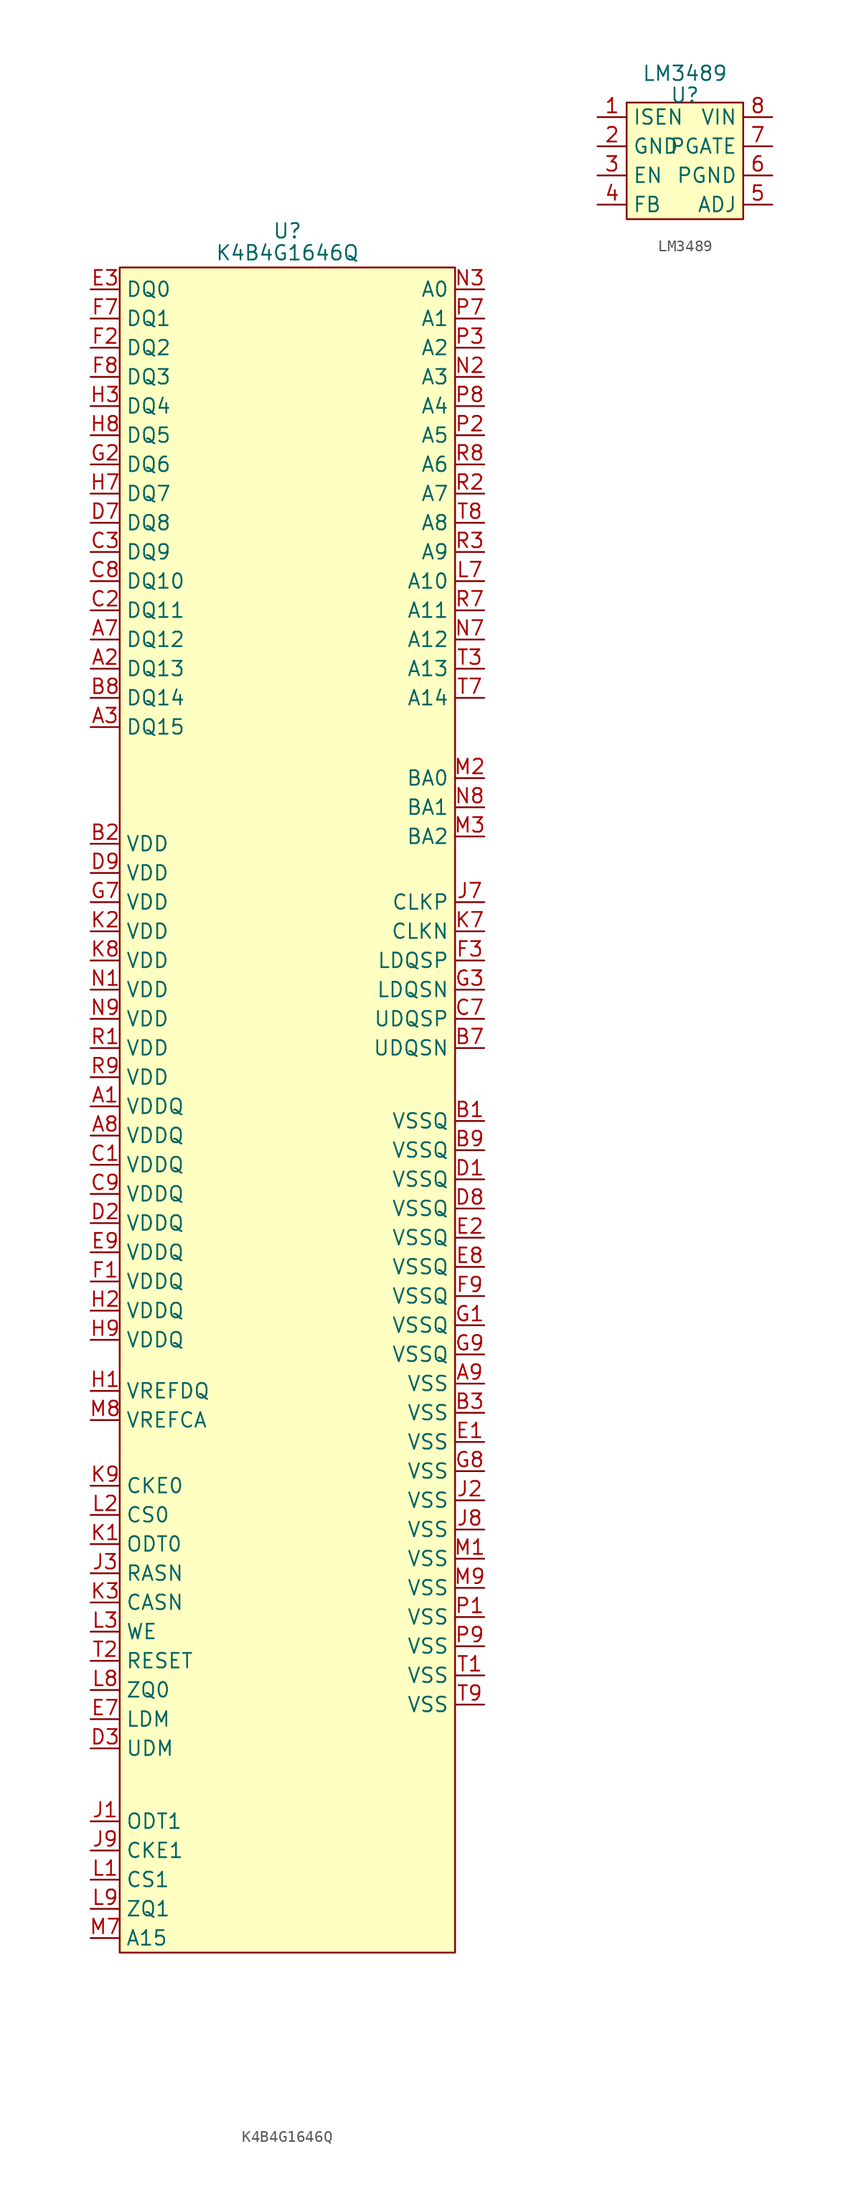
<source format=kicad_sym>
(kicad_symbol_lib
  (version 20220914)
  (generator kicad_symbol_editor)
  (symbol "K4B4G1646Q"
    (property "Reference" "U"
      (at 0 1.905 0)
      (effects (font (size 1.27 1.27))))
    (property "Value" "K4B4G1646Q"
      (at 0 0 0)
      (effects (font (size 1.27 1.27))))
    (property "Footprint" ""
      (at 0 1.27 0)
      (effects (font (size 1.27 1.27))))
    (property "Datasheet" ""
      (at 0 1.27 0)
      (effects (font (size 1.27 1.27))))
    (symbol "K4B4G1646Q_0_1"
      (rectangle (start -14.605 -1.27) (end 14.605 -147.955) (stroke (width 0) (type default)) (fill (type background))))
    (symbol "K4B4G1646Q_1_1"
      (pin passive line (at -17.145 -74.295 0) (length 2.54) (name "VDDQ" (effects (font (size 1.27 1.27)))) (number "A1" (effects (font (size 1.27 1.27)))))
      (pin bidirectional line (at -17.145 -36.195 0) (length 2.54) (name "DQ13" (effects (font (size 1.27 1.27)))) (number "A2" (effects (font (size 1.27 1.27)))))
      (pin bidirectional line (at -17.145 -41.275 0) (length 2.54) (name "DQ15" (effects (font (size 1.27 1.27)))) (number "A3" (effects (font (size 1.27 1.27)))))
      (pin bidirectional line (at -17.145 -33.655 0) (length 2.54) (name "DQ12" (effects (font (size 1.27 1.27)))) (number "A7" (effects (font (size 1.27 1.27)))))
      (pin passive line (at -17.145 -76.835 0) (length 2.54) (name "VDDQ" (effects (font (size 1.27 1.27)))) (number "A8" (effects (font (size 1.27 1.27)))))
      (pin passive line (at 17.145 -98.425 180) (length 2.54) (name "VSS" (effects (font (size 1.27 1.27)))) (number "A9" (effects (font (size 1.27 1.27)))))
      (pin passive line (at 17.145 -75.565 180) (length 2.54) (name "VSSQ" (effects (font (size 1.27 1.27)))) (number "B1" (effects (font (size 1.27 1.27)))))
      (pin passive line (at -17.145 -51.435 0) (length 2.54) (name "VDD" (effects (font (size 1.27 1.27)))) (number "B2" (effects (font (size 1.27 1.27)))))
      (pin passive line (at 17.145 -100.965 180) (length 2.54) (name "VSS" (effects (font (size 1.27 1.27)))) (number "B3" (effects (font (size 1.27 1.27)))))
      (pin bidirectional line (at 17.145 -69.215 180) (length 2.54) (name "UDQSN" (effects (font (size 1.27 1.27)))) (number "B7" (effects (font (size 1.27 1.27)))))
      (pin bidirectional line (at -17.145 -38.735 0) (length 2.54) (name "DQ14" (effects (font (size 1.27 1.27)))) (number "B8" (effects (font (size 1.27 1.27)))))
      (pin passive line (at 17.145 -78.105 180) (length 2.54) (name "VSSQ" (effects (font (size 1.27 1.27)))) (number "B9" (effects (font (size 1.27 1.27)))))
      (pin passive line (at -17.145 -79.375 0) (length 2.54) (name "VDDQ" (effects (font (size 1.27 1.27)))) (number "C1" (effects (font (size 1.27 1.27)))))
      (pin bidirectional line (at -17.145 -31.115 0) (length 2.54) (name "DQ11" (effects (font (size 1.27 1.27)))) (number "C2" (effects (font (size 1.27 1.27)))))
      (pin bidirectional line (at -17.145 -26.035 0) (length 2.54) (name "DQ9" (effects (font (size 1.27 1.27)))) (number "C3" (effects (font (size 1.27 1.27)))))
      (pin bidirectional line (at 17.145 -66.675 180) (length 2.54) (name "UDQSP" (effects (font (size 1.27 1.27)))) (number "C7" (effects (font (size 1.27 1.27)))))
      (pin bidirectional line (at -17.145 -28.575 0) (length 2.54) (name "DQ10" (effects (font (size 1.27 1.27)))) (number "C8" (effects (font (size 1.27 1.27)))))
      (pin passive line (at -17.145 -81.915 0) (length 2.54) (name "VDDQ" (effects (font (size 1.27 1.27)))) (number "C9" (effects (font (size 1.27 1.27)))))
      (pin passive line (at 17.145 -80.645 180) (length 2.54) (name "VSSQ" (effects (font (size 1.27 1.27)))) (number "D1" (effects (font (size 1.27 1.27)))))
      (pin passive line (at -17.145 -84.455 0) (length 2.54) (name "VDDQ" (effects (font (size 1.27 1.27)))) (number "D2" (effects (font (size 1.27 1.27)))))
      (pin bidirectional line (at -17.145 -130.175 0) (length 2.54) (name "UDM" (effects (font (size 1.27 1.27)))) (number "D3" (effects (font (size 1.27 1.27)))))
      (pin bidirectional line (at -17.145 -23.495 0) (length 2.54) (name "DQ8" (effects (font (size 1.27 1.27)))) (number "D7" (effects (font (size 1.27 1.27)))))
      (pin passive line (at 17.145 -83.185 180) (length 2.54) (name "VSSQ" (effects (font (size 1.27 1.27)))) (number "D8" (effects (font (size 1.27 1.27)))))
      (pin passive line (at -17.145 -53.975 0) (length 2.54) (name "VDD" (effects (font (size 1.27 1.27)))) (number "D9" (effects (font (size 1.27 1.27)))))
      (pin passive line (at 17.145 -103.505 180) (length 2.54) (name "VSS" (effects (font (size 1.27 1.27)))) (number "E1" (effects (font (size 1.27 1.27)))))
      (pin passive line (at 17.145 -85.725 180) (length 2.54) (name "VSSQ" (effects (font (size 1.27 1.27)))) (number "E2" (effects (font (size 1.27 1.27)))))
      (pin bidirectional line (at -17.145 -3.175 0) (length 2.54) (name "DQ0" (effects (font (size 1.27 1.27)))) (number "E3" (effects (font (size 1.27 1.27)))))
      (pin bidirectional line (at -17.145 -127.635 0) (length 2.54) (name "LDM" (effects (font (size 1.27 1.27)))) (number "E7" (effects (font (size 1.27 1.27)))))
      (pin passive line (at 17.145 -88.265 180) (length 2.54) (name "VSSQ" (effects (font (size 1.27 1.27)))) (number "E8" (effects (font (size 1.27 1.27)))))
      (pin passive line (at -17.145 -86.995 0) (length 2.54) (name "VDDQ" (effects (font (size 1.27 1.27)))) (number "E9" (effects (font (size 1.27 1.27)))))
      (pin passive line (at -17.145 -89.535 0) (length 2.54) (name "VDDQ" (effects (font (size 1.27 1.27)))) (number "F1" (effects (font (size 1.27 1.27)))))
      (pin bidirectional line (at -17.145 -8.255 0) (length 2.54) (name "DQ2" (effects (font (size 1.27 1.27)))) (number "F2" (effects (font (size 1.27 1.27)))))
      (pin bidirectional line (at 17.145 -61.595 180) (length 2.54) (name "LDQSP" (effects (font (size 1.27 1.27)))) (number "F3" (effects (font (size 1.27 1.27)))))
      (pin bidirectional line (at -17.145 -5.715 0) (length 2.54) (name "DQ1" (effects (font (size 1.27 1.27)))) (number "F7" (effects (font (size 1.27 1.27)))))
      (pin bidirectional line (at -17.145 -10.795 0) (length 2.54) (name "DQ3" (effects (font (size 1.27 1.27)))) (number "F8" (effects (font (size 1.27 1.27)))))
      (pin passive line (at 17.145 -90.805 180) (length 2.54) (name "VSSQ" (effects (font (size 1.27 1.27)))) (number "F9" (effects (font (size 1.27 1.27)))))
      (pin passive line (at 17.145 -93.345 180) (length 2.54) (name "VSSQ" (effects (font (size 1.27 1.27)))) (number "G1" (effects (font (size 1.27 1.27)))))
      (pin bidirectional line (at -17.145 -18.415 0) (length 2.54) (name "DQ6" (effects (font (size 1.27 1.27)))) (number "G2" (effects (font (size 1.27 1.27)))))
      (pin bidirectional line (at 17.145 -64.135 180) (length 2.54) (name "LDQSN" (effects (font (size 1.27 1.27)))) (number "G3" (effects (font (size 1.27 1.27)))))
      (pin passive line (at -17.145 -56.515 0) (length 2.54) (name "VDD" (effects (font (size 1.27 1.27)))) (number "G7" (effects (font (size 1.27 1.27)))))
      (pin passive line (at 17.145 -106.045 180) (length 2.54) (name "VSS" (effects (font (size 1.27 1.27)))) (number "G8" (effects (font (size 1.27 1.27)))))
      (pin passive line (at 17.145 -95.885 180) (length 2.54) (name "VSSQ" (effects (font (size 1.27 1.27)))) (number "G9" (effects (font (size 1.27 1.27)))))
      (pin passive line (at -17.145 -99.06 0) (length 2.54) (name "VREFDQ" (effects (font (size 1.27 1.27)))) (number "H1" (effects (font (size 1.27 1.27)))))
      (pin passive line (at -17.145 -92.075 0) (length 2.54) (name "VDDQ" (effects (font (size 1.27 1.27)))) (number "H2" (effects (font (size 1.27 1.27)))))
      (pin bidirectional line (at -17.145 -13.335 0) (length 2.54) (name "DQ4" (effects (font (size 1.27 1.27)))) (number "H3" (effects (font (size 1.27 1.27)))))
      (pin bidirectional line (at -17.145 -20.955 0) (length 2.54) (name "DQ7" (effects (font (size 1.27 1.27)))) (number "H7" (effects (font (size 1.27 1.27)))))
      (pin bidirectional line (at -17.145 -15.875 0) (length 2.54) (name "DQ5" (effects (font (size 1.27 1.27)))) (number "H8" (effects (font (size 1.27 1.27)))))
      (pin passive line (at -17.145 -94.615 0) (length 2.54) (name "VDDQ" (effects (font (size 1.27 1.27)))) (number "H9" (effects (font (size 1.27 1.27)))))
      (pin input line (at -17.145 -136.525 0) (length 2.54) (name "ODT1" (effects (font (size 1.27 1.27)))) (number "J1" (effects (font (size 1.27 1.27)))))
      (pin passive line (at 17.145 -108.585 180) (length 2.54) (name "VSS" (effects (font (size 1.27 1.27)))) (number "J2" (effects (font (size 1.27 1.27)))))
      (pin bidirectional line (at -17.145 -114.935 0) (length 2.54) (name "RASN" (effects (font (size 1.27 1.27)))) (number "J3" (effects (font (size 1.27 1.27)))))
      (pin bidirectional line (at 17.145 -56.515 180) (length 2.54) (name "CLKP" (effects (font (size 1.27 1.27)))) (number "J7" (effects (font (size 1.27 1.27)))))
      (pin passive line (at 17.145 -111.125 180) (length 2.54) (name "VSS" (effects (font (size 1.27 1.27)))) (number "J8" (effects (font (size 1.27 1.27)))))
      (pin input line (at -17.145 -139.065 0) (length 2.54) (name "CKE1" (effects (font (size 1.27 1.27)))) (number "J9" (effects (font (size 1.27 1.27)))))
      (pin bidirectional line (at -17.145 -112.395 0) (length 2.54) (name "ODT0" (effects (font (size 1.27 1.27)))) (number "K1" (effects (font (size 1.27 1.27)))))
      (pin passive line (at -17.145 -59.055 0) (length 2.54) (name "VDD" (effects (font (size 1.27 1.27)))) (number "K2" (effects (font (size 1.27 1.27)))))
      (pin bidirectional line (at -17.145 -117.475 0) (length 2.54) (name "CASN" (effects (font (size 1.27 1.27)))) (number "K3" (effects (font (size 1.27 1.27)))))
      (pin bidirectional line (at 17.145 -59.055 180) (length 2.54) (name "CLKN" (effects (font (size 1.27 1.27)))) (number "K7" (effects (font (size 1.27 1.27)))))
      (pin passive line (at -17.145 -61.595 0) (length 2.54) (name "VDD" (effects (font (size 1.27 1.27)))) (number "K8" (effects (font (size 1.27 1.27)))))
      (pin bidirectional line (at -17.145 -107.315 0) (length 2.54) (name "CKE0" (effects (font (size 1.27 1.27)))) (number "K9" (effects (font (size 1.27 1.27)))))
      (pin input line (at -17.145 -141.605 0) (length 2.54) (name "CS1" (effects (font (size 1.27 1.27)))) (number "L1" (effects (font (size 1.27 1.27)))))
      (pin bidirectional line (at -17.145 -109.855 0) (length 2.54) (name "CS0" (effects (font (size 1.27 1.27)))) (number "L2" (effects (font (size 1.27 1.27)))))
      (pin bidirectional line (at -17.145 -120.015 0) (length 2.54) (name "WE" (effects (font (size 1.27 1.27)))) (number "L3" (effects (font (size 1.27 1.27)))))
      (pin bidirectional line (at 17.145 -28.575 180) (length 2.54) (name "A10" (effects (font (size 1.27 1.27)))) (number "L7" (effects (font (size 1.27 1.27)))))
      (pin input line (at -17.145 -125.095 0) (length 2.54) (name "ZQ0" (effects (font (size 1.27 1.27)))) (number "L8" (effects (font (size 1.27 1.27)))))
      (pin input line (at -17.145 -144.145 0) (length 2.54) (name "ZQ1" (effects (font (size 1.27 1.27)))) (number "L9" (effects (font (size 1.27 1.27)))))
      (pin passive line (at 17.145 -113.665 180) (length 2.54) (name "VSS" (effects (font (size 1.27 1.27)))) (number "M1" (effects (font (size 1.27 1.27)))))
      (pin bidirectional line (at 17.145 -45.72 180) (length 2.54) (name "BA0" (effects (font (size 1.27 1.27)))) (number "M2" (effects (font (size 1.27 1.27)))))
      (pin bidirectional line (at 17.145 -50.8 180) (length 2.54) (name "BA2" (effects (font (size 1.27 1.27)))) (number "M3" (effects (font (size 1.27 1.27)))))
      (pin bidirectional line (at -17.145 -146.685 0) (length 2.54) (name "A15" (effects (font (size 1.27 1.27)))) (number "M7" (effects (font (size 1.27 1.27)))))
      (pin passive line (at -17.145 -101.6 0) (length 2.54) (name "VREFCA" (effects (font (size 1.27 1.27)))) (number "M8" (effects (font (size 1.27 1.27)))))
      (pin passive line (at 17.145 -116.205 180) (length 2.54) (name "VSS" (effects (font (size 1.27 1.27)))) (number "M9" (effects (font (size 1.27 1.27)))))
      (pin passive line (at -17.145 -64.135 0) (length 2.54) (name "VDD" (effects (font (size 1.27 1.27)))) (number "N1" (effects (font (size 1.27 1.27)))))
      (pin bidirectional line (at 17.145 -10.795 180) (length 2.54) (name "A3" (effects (font (size 1.27 1.27)))) (number "N2" (effects (font (size 1.27 1.27)))))
      (pin bidirectional line (at 17.145 -3.175 180) (length 2.54) (name "A0" (effects (font (size 1.27 1.27)))) (number "N3" (effects (font (size 1.27 1.27)))))
      (pin bidirectional line (at 17.145 -33.655 180) (length 2.54) (name "A12" (effects (font (size 1.27 1.27)))) (number "N7" (effects (font (size 1.27 1.27)))))
      (pin bidirectional line (at 17.145 -48.26 180) (length 2.54) (name "BA1" (effects (font (size 1.27 1.27)))) (number "N8" (effects (font (size 1.27 1.27)))))
      (pin passive line (at -17.145 -66.675 0) (length 2.54) (name "VDD" (effects (font (size 1.27 1.27)))) (number "N9" (effects (font (size 1.27 1.27)))))
      (pin passive line (at 17.145 -118.745 180) (length 2.54) (name "VSS" (effects (font (size 1.27 1.27)))) (number "P1" (effects (font (size 1.27 1.27)))))
      (pin bidirectional line (at 17.145 -15.875 180) (length 2.54) (name "A5" (effects (font (size 1.27 1.27)))) (number "P2" (effects (font (size 1.27 1.27)))))
      (pin bidirectional line (at 17.145 -8.255 180) (length 2.54) (name "A2" (effects (font (size 1.27 1.27)))) (number "P3" (effects (font (size 1.27 1.27)))))
      (pin bidirectional line (at 17.145 -5.715 180) (length 2.54) (name "A1" (effects (font (size 1.27 1.27)))) (number "P7" (effects (font (size 1.27 1.27)))))
      (pin bidirectional line (at 17.145 -13.335 180) (length 2.54) (name "A4" (effects (font (size 1.27 1.27)))) (number "P8" (effects (font (size 1.27 1.27)))))
      (pin passive line (at 17.145 -121.285 180) (length 2.54) (name "VSS" (effects (font (size 1.27 1.27)))) (number "P9" (effects (font (size 1.27 1.27)))))
      (pin passive line (at -17.145 -69.215 0) (length 2.54) (name "VDD" (effects (font (size 1.27 1.27)))) (number "R1" (effects (font (size 1.27 1.27)))))
      (pin bidirectional line (at 17.145 -20.955 180) (length 2.54) (name "A7" (effects (font (size 1.27 1.27)))) (number "R2" (effects (font (size 1.27 1.27)))))
      (pin bidirectional line (at 17.145 -26.035 180) (length 2.54) (name "A9" (effects (font (size 1.27 1.27)))) (number "R3" (effects (font (size 1.27 1.27)))))
      (pin bidirectional line (at 17.145 -31.115 180) (length 2.54) (name "A11" (effects (font (size 1.27 1.27)))) (number "R7" (effects (font (size 1.27 1.27)))))
      (pin bidirectional line (at 17.145 -18.415 180) (length 2.54) (name "A6" (effects (font (size 1.27 1.27)))) (number "R8" (effects (font (size 1.27 1.27)))))
      (pin passive line (at -17.145 -71.755 0) (length 2.54) (name "VDD" (effects (font (size 1.27 1.27)))) (number "R9" (effects (font (size 1.27 1.27)))))
      (pin passive line (at 17.145 -123.825 180) (length 2.54) (name "VSS" (effects (font (size 1.27 1.27)))) (number "T1" (effects (font (size 1.27 1.27)))))
      (pin input line (at -17.145 -122.555 0) (length 2.54) (name "RESET" (effects (font (size 1.27 1.27)))) (number "T2" (effects (font (size 1.27 1.27)))))
      (pin bidirectional line (at 17.145 -36.195 180) (length 2.54) (name "A13" (effects (font (size 1.27 1.27)))) (number "T3" (effects (font (size 1.27 1.27)))))
      (pin bidirectional line (at 17.145 -38.735 180) (length 2.54) (name "A14" (effects (font (size 1.27 1.27)))) (number "T7" (effects (font (size 1.27 1.27)))))
      (pin bidirectional line (at 17.145 -23.495 180) (length 2.54) (name "A8" (effects (font (size 1.27 1.27)))) (number "T8" (effects (font (size 1.27 1.27)))))
      (pin passive line (at 17.145 -126.365 180) (length 2.54) (name "VSS" (effects (font (size 1.27 1.27)))) (number "T9" (effects (font (size 1.27 1.27)))))))
  (symbol "LM3489"
    (property "Reference" "U"
      (at 0 0.635 0)
      (effects (font (size 1.27 1.27))))
    (property "Value" "LM3489"
      (at 0 2.54 0)
      (effects (font (size 1.27 1.27))))
    (property "Footprint" ""
      (at 0 1.27 0)
      (effects (font (size 1.27 1.27))))
    (property "Datasheet" ""
      (at 0 1.27 0)
      (effects (font (size 1.27 1.27))))
    (symbol "LM3489_0_1"
      (rectangle (start -5.08 0) (end 5.08 -10.16) (stroke (width 0) (type default)) (fill (type background))))
    (symbol "LM3489_1_1"
      (pin input line (at -7.62 -1.27 0) (length 2.54) (name "ISEN" (effects (font (size 1.27 1.27)))) (number "1" (effects (font (size 1.27 1.27)))))
      (pin passive line (at -7.62 -3.81 0) (length 2.54) (name "GND" (effects (font (size 1.27 1.27)))) (number "2" (effects (font (size 1.27 1.27)))))
      (pin input line (at -7.62 -6.35 0) (length 2.54) (name "EN" (effects (font (size 1.27 1.27)))) (number "3" (effects (font (size 1.27 1.27)))))
      (pin input line (at -7.62 -8.89 0) (length 2.54) (name "FB" (effects (font (size 1.27 1.27)))) (number "4" (effects (font (size 1.27 1.27)))))
      (pin input line (at 7.62 -8.89 180) (length 2.54) (name "ADJ" (effects (font (size 1.27 1.27)))) (number "5" (effects (font (size 1.27 1.27)))))
      (pin passive line (at 7.62 -6.35 180) (length 2.54) (name "PGND" (effects (font (size 1.27 1.27)))) (number "6" (effects (font (size 1.27 1.27)))))
      (pin output line (at 7.62 -3.81 180) (length 2.54) (name "PGATE" (effects (font (size 1.27 1.27)))) (number "7" (effects (font (size 1.27 1.27)))))
      (pin input line (at 7.62 -1.27 180) (length 2.54) (name "VIN" (effects (font (size 1.27 1.27)))) (number "8" (effects (font (size 1.27 1.27))))))))
</source>
